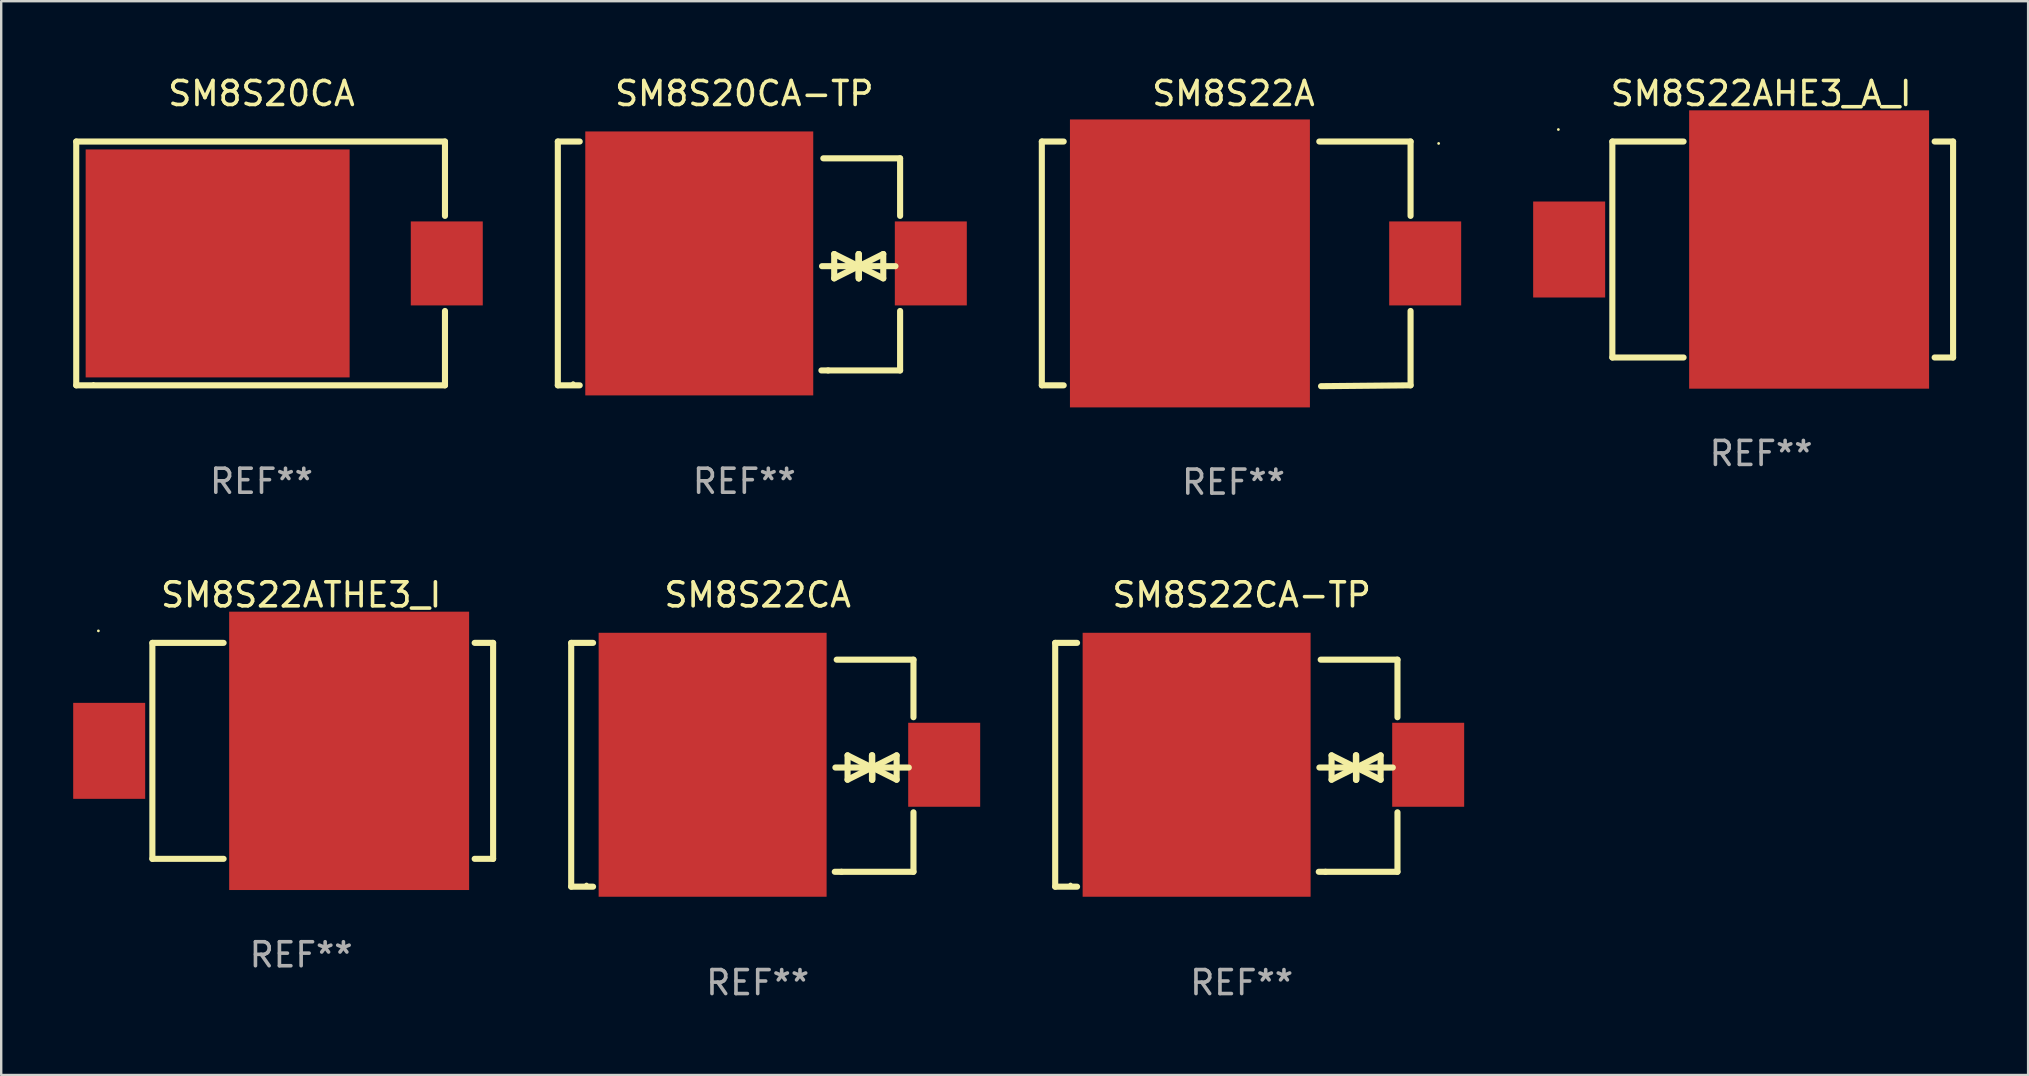
<source format=kicad_pcb>
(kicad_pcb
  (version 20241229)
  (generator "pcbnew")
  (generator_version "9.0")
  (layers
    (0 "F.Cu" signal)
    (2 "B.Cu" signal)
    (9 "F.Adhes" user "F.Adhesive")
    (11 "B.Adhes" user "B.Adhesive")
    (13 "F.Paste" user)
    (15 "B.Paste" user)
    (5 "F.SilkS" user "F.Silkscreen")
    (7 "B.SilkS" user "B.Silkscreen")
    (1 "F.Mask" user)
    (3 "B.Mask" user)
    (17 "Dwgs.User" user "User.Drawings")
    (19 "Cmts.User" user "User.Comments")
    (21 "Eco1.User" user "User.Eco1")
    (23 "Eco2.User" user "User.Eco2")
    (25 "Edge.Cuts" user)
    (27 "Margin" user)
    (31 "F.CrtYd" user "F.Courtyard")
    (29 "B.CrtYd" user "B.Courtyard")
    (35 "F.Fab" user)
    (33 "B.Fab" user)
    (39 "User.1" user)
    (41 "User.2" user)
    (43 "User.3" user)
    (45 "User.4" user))
  (footprint "SM8S22CA-TP"
    (layer "F.Cu")
    (at 48.696 28.821)
    (property "Reference" "SM8S22CA-TP" (at 0 -7.08 0) (layer "F.SilkS") (effects (font (size 1 1) (thickness 0.15))))
    (attr through_hole)
    (fp_line (start -7.772 -5.08) (end -6.86 -5.08) (stroke (width 0.254) (type solid)) (layer "F.SilkS"))
    (fp_line (start -7.772 5.08) (end -7.772 -5.08) (stroke (width 0.254) (type solid)) (layer "F.SilkS"))
    (fp_line (start -7.772 5.08) (end -6.86 5.08) (stroke (width 0.254) (type solid)) (layer "F.SilkS"))
    (fp_line (start 3.238 0.115) (end 5.27 0.115) (stroke (width 0.254) (type solid)) (layer "F.SilkS"))
    (fp_line (start 3.292 -4.38) (end 6.492 -4.38) (stroke (width 0.254) (type solid)) (layer "F.SilkS"))
    (fp_line (start 3.492 4.46) (end 3.212 4.46) (stroke (width 0.254) (type solid)) (layer "F.SilkS"))
    (fp_line (start 3.746 -0.393) (end 3.746 0.623) (stroke (width 0.254) (type solid)) (layer "F.SilkS"))
    (fp_line (start 3.746 0.623) (end 4.762 0.115) (stroke (width 0.254) (type solid)) (layer "F.SilkS"))
    (fp_line (start 4.762 -0.393) (end 4.762 0.623) (stroke (width 0.254) (type solid)) (layer "F.SilkS"))
    (fp_line (start 4.762 0.115) (end 3.746 -0.393) (stroke (width 0.254) (type solid)) (layer "F.SilkS"))
    (fp_line (start 4.762 0.115) (end 4.762 -0.393) (stroke (width 0.254) (type solid)) (layer "F.SilkS"))
    (fp_line (start 4.774 0.115) (end 4.774 0.623) (stroke (width 0.254) (type solid)) (layer "F.SilkS"))
    (fp_line (start 4.774 0.115) (end 5.79 0.623) (stroke (width 0.254) (type solid)) (layer "F.SilkS"))
    (fp_line (start 4.774 0.623) (end 4.774 -0.393) (stroke (width 0.254) (type solid)) (layer "F.SilkS"))
    (fp_line (start 5.79 -0.393) (end 4.774 0.115) (stroke (width 0.254) (type solid)) (layer "F.SilkS"))
    (fp_line (start 5.79 0.623) (end 5.79 -0.393) (stroke (width 0.254) (type solid)) (layer "F.SilkS"))
    (fp_line (start 6.298 0.115) (end 4.266 0.115) (stroke (width 0.254) (type solid)) (layer "F.SilkS"))
    (fp_line (start 6.492 -4.38) (end 6.492 -1.981) (stroke (width 0.254) (type solid)) (layer "F.SilkS"))
    (fp_line (start 6.492 1.981) (end 6.492 4.46) (stroke (width 0.254) (type solid)) (layer "F.SilkS"))
    (fp_line (start 6.492 4.46) (end 3.492 4.46) (stroke (width 0.254) (type solid)) (layer "F.SilkS"))
    (fp_circle (center -7.133 5) (end -7.104 5) (stroke (width 0.06) (type solid)) (fill no) (layer "F.SilkS"))
    (fp_text user "REF**" (at 0 9.08 0) (layer "F.Fab") (effects (font (size 1 1) (thickness 0.15))))
    (pad "1" smd rect (at -1.878 0 90) (size 11 9.5) (layers "F.Cu" "F.Mask" "F.Paste"))
    (pad "2" smd rect (at 7.772 0 90) (size 3.5 3) (layers "F.Cu" "F.Mask" "F.Paste")))
  (footprint "SM8S20CA"
    (layer "F.Cu")
    (at 7.848 7.928)
    (property "Reference" "SM8S20CA" (at 0 -7.08 0) (layer "F.SilkS") (effects (font (size 1 1) (thickness 0.15))))
    (attr through_hole)
    (fp_line (start -7.721 -5.08) (end 7.646 -5.08) (stroke (width 0.254) (type solid)) (layer "F.SilkS"))
    (fp_line (start -7.721 5.08) (end -7.721 -5.08) (stroke (width 0.254) (type solid)) (layer "F.SilkS"))
    (fp_line (start 7.646 -5.08) (end 7.646 -1.981) (stroke (width 0.254) (type solid)) (layer "F.SilkS"))
    (fp_line (start 7.646 1.981) (end 7.646 5.08) (stroke (width 0.254) (type solid)) (layer "F.SilkS"))
    (fp_line (start 7.646 5.08) (end -7.721 5.08) (stroke (width 0.254) (type solid)) (layer "F.SilkS"))
    (fp_circle (center -7.003 5) (end -6.973 5) (stroke (width 0.06) (type solid)) (fill no) (layer "F.SilkS"))
    (fp_text user "REF**" (at 0 9.08 0) (layer "F.Fab") (effects (font (size 1 1) (thickness 0.15))))
    (pad "1" smd rect (at -1.828 0) (size 11 9.5) (layers "F.Cu" "F.Mask" "F.Paste"))
    (pad "2" smd rect (at 7.721 0 90) (size 3.5 3) (layers "F.Cu" "F.Mask" "F.Paste")))
  (footprint "SM8S20CA-TP"
    (layer "F.Cu")
    (at 27.969 7.928)
    (property "Reference" "SM8S20CA-TP" (at 0 -7.08 0) (layer "F.SilkS") (effects (font (size 1 1) (thickness 0.15))))
    (attr through_hole)
    (fp_line (start -7.772 -5.08) (end -6.86 -5.08) (stroke (width 0.254) (type solid)) (layer "F.SilkS"))
    (fp_line (start -7.772 5.08) (end -7.772 -5.08) (stroke (width 0.254) (type solid)) (layer "F.SilkS"))
    (fp_line (start -7.772 5.08) (end -6.86 5.08) (stroke (width 0.254) (type solid)) (layer "F.SilkS"))
    (fp_line (start 3.238 0.115) (end 5.27 0.115) (stroke (width 0.254) (type solid)) (layer "F.SilkS"))
    (fp_line (start 3.292 -4.38) (end 6.492 -4.38) (stroke (width 0.254) (type solid)) (layer "F.SilkS"))
    (fp_line (start 3.492 4.46) (end 3.212 4.46) (stroke (width 0.254) (type solid)) (layer "F.SilkS"))
    (fp_line (start 3.746 -0.393) (end 3.746 0.623) (stroke (width 0.254) (type solid)) (layer "F.SilkS"))
    (fp_line (start 3.746 0.623) (end 4.762 0.115) (stroke (width 0.254) (type solid)) (layer "F.SilkS"))
    (fp_line (start 4.762 -0.393) (end 4.762 0.623) (stroke (width 0.254) (type solid)) (layer "F.SilkS"))
    (fp_line (start 4.762 0.115) (end 3.746 -0.393) (stroke (width 0.254) (type solid)) (layer "F.SilkS"))
    (fp_line (start 4.762 0.115) (end 4.762 -0.393) (stroke (width 0.254) (type solid)) (layer "F.SilkS"))
    (fp_line (start 4.774 0.115) (end 4.774 0.623) (stroke (width 0.254) (type solid)) (layer "F.SilkS"))
    (fp_line (start 4.774 0.115) (end 5.79 0.623) (stroke (width 0.254) (type solid)) (layer "F.SilkS"))
    (fp_line (start 4.774 0.623) (end 4.774 -0.393) (stroke (width 0.254) (type solid)) (layer "F.SilkS"))
    (fp_line (start 5.79 -0.393) (end 4.774 0.115) (stroke (width 0.254) (type solid)) (layer "F.SilkS"))
    (fp_line (start 5.79 0.623) (end 5.79 -0.393) (stroke (width 0.254) (type solid)) (layer "F.SilkS"))
    (fp_line (start 6.298 0.115) (end 4.266 0.115) (stroke (width 0.254) (type solid)) (layer "F.SilkS"))
    (fp_line (start 6.492 -4.38) (end 6.492 -1.981) (stroke (width 0.254) (type solid)) (layer "F.SilkS"))
    (fp_line (start 6.492 1.981) (end 6.492 4.46) (stroke (width 0.254) (type solid)) (layer "F.SilkS"))
    (fp_line (start 6.492 4.46) (end 3.492 4.46) (stroke (width 0.254) (type solid)) (layer "F.SilkS"))
    (fp_circle (center -7.133 5) (end -7.104 5) (stroke (width 0.06) (type solid)) (fill no) (layer "F.SilkS"))
    (fp_text user "REF**" (at 0 9.08 0) (layer "F.Fab") (effects (font (size 1 1) (thickness 0.15))))
    (pad "1" smd rect (at -1.878 0 90) (size 11 9.5) (layers "F.Cu" "F.Mask" "F.Paste"))
    (pad "2" smd rect (at 7.772 0 90) (size 3.5 3) (layers "F.Cu" "F.Mask" "F.Paste")))
  (footprint "SM8S22ATHE3_I"
    (layer "F.Cu")
    (at 9.5 28.241)
    (property "Reference" "SM8S22ATHE3_I" (at 0 -6.5 0) (layer "F.SilkS") (effects (font (size 1 1) (thickness 0.15))))
    (attr through_hole)
    (fp_line (start -6.2 -4.5) (end -6.2 4.5) (stroke (width 0.254) (type solid)) (layer "F.SilkS"))
    (fp_line (start -6.2 -4.5) (end -3.231 -4.5) (stroke (width 0.254) (type solid)) (layer "F.SilkS"))
    (fp_line (start -6.2 4.5) (end -3.231 4.5) (stroke (width 0.254) (type solid)) (layer "F.SilkS"))
    (fp_line (start 7.231 -4.5) (end 8 -4.5) (stroke (width 0.254) (type solid)) (layer "F.SilkS"))
    (fp_line (start 7.231 4.5) (end 8 4.5) (stroke (width 0.254) (type solid)) (layer "F.SilkS"))
    (fp_line (start 8 -4.5) (end 8 4.5) (stroke (width 0.254) (type solid)) (layer "F.SilkS"))
    (fp_circle (center -8.45 -5) (end -8.42 -5) (stroke (width 0.06) (type solid)) (fill no) (layer "F.SilkS"))
    (fp_text user "REF**" (at 0 8.5 0) (layer "F.Fab") (effects (font (size 1 1) (thickness 0.15))))
    (pad "1" smd rect (at -8 -0.000076 180) (size 3 4) (layers "F.Cu" "F.Mask" "F.Paste"))
    (pad "2" smd rect (at 2 -0.000076 180) (size 10 11.6) (layers "F.Cu" "F.Mask" "F.Paste")))
  (footprint "SM8S22A"
    (layer "F.Cu")
    (at 48.355 7.946)
    (property "Reference" "SM8S22A" (at 0 -7.098 0) (layer "F.SilkS") (effects (font (size 1 1) (thickness 0.15))))
    (attr through_hole)
    (fp_line (start -7.988 -5.098) (end -7.076 -5.098) (stroke (width 0.254) (type solid)) (layer "F.SilkS"))
    (fp_line (start -7.988 5.062) (end -7.988 -5.098) (stroke (width 0.254) (type solid)) (layer "F.SilkS"))
    (fp_line (start -7.076 5.062) (end -7.988 5.062) (stroke (width 0.254) (type solid)) (layer "F.SilkS"))
    (fp_line (start 3.575 -5.098) (end 7.379 -5.098) (stroke (width 0.254) (type solid)) (layer "F.SilkS"))
    (fp_line (start 7.379 -5.098) (end 7.379 -1.999) (stroke (width 0.254) (type solid)) (layer "F.SilkS"))
    (fp_line (start 7.379 1.963) (end 7.379 5.062) (stroke (width 0.254) (type solid)) (layer "F.SilkS"))
    (fp_line (start 7.379 5.062) (end 3.648 5.098) (stroke (width 0.254) (type solid)) (layer "F.SilkS"))
    (fp_circle (center 8.549 -5.018) (end 8.579 -5.018) (stroke (width 0.06) (type solid)) (fill no) (layer "F.SilkS"))
    (fp_text user "REF**" (at 0 9.098 0) (layer "F.Fab") (effects (font (size 1 1) (thickness 0.15))))
    (pad "1" smd rect (at 7.988 -0.018 90) (size 3.5 3) (layers "F.Cu" "F.Mask" "F.Paste"))
    (pad "2" smd rect (at -1.816 -0.018 90) (size 12 10) (layers "F.Cu" "F.Mask" "F.Paste")))
  (footprint "SM8S22CA"
    (layer "F.Cu")
    (at 28.526 28.821)
    (property "Reference" "SM8S22CA" (at 0 -7.08 0) (layer "F.SilkS") (effects (font (size 1 1) (thickness 0.15))))
    (attr through_hole)
    (fp_line (start -7.772 -5.08) (end -6.86 -5.08) (stroke (width 0.254) (type solid)) (layer "F.SilkS"))
    (fp_line (start -7.772 5.08) (end -7.772 -5.08) (stroke (width 0.254) (type solid)) (layer "F.SilkS"))
    (fp_line (start -7.772 5.08) (end -6.86 5.08) (stroke (width 0.254) (type solid)) (layer "F.SilkS"))
    (fp_line (start 3.238 0.115) (end 5.27 0.115) (stroke (width 0.254) (type solid)) (layer "F.SilkS"))
    (fp_line (start 3.292 -4.38) (end 6.492 -4.38) (stroke (width 0.254) (type solid)) (layer "F.SilkS"))
    (fp_line (start 3.492 4.46) (end 3.212 4.46) (stroke (width 0.254) (type solid)) (layer "F.SilkS"))
    (fp_line (start 3.746 -0.393) (end 3.746 0.623) (stroke (width 0.254) (type solid)) (layer "F.SilkS"))
    (fp_line (start 3.746 0.623) (end 4.762 0.115) (stroke (width 0.254) (type solid)) (layer "F.SilkS"))
    (fp_line (start 4.762 -0.393) (end 4.762 0.623) (stroke (width 0.254) (type solid)) (layer "F.SilkS"))
    (fp_line (start 4.762 0.115) (end 3.746 -0.393) (stroke (width 0.254) (type solid)) (layer "F.SilkS"))
    (fp_line (start 4.762 0.115) (end 4.762 -0.393) (stroke (width 0.254) (type solid)) (layer "F.SilkS"))
    (fp_line (start 4.774 0.115) (end 4.774 0.623) (stroke (width 0.254) (type solid)) (layer "F.SilkS"))
    (fp_line (start 4.774 0.115) (end 5.79 0.623) (stroke (width 0.254) (type solid)) (layer "F.SilkS"))
    (fp_line (start 4.774 0.623) (end 4.774 -0.393) (stroke (width 0.254) (type solid)) (layer "F.SilkS"))
    (fp_line (start 5.79 -0.393) (end 4.774 0.115) (stroke (width 0.254) (type solid)) (layer "F.SilkS"))
    (fp_line (start 5.79 0.623) (end 5.79 -0.393) (stroke (width 0.254) (type solid)) (layer "F.SilkS"))
    (fp_line (start 6.298 0.115) (end 4.266 0.115) (stroke (width 0.254) (type solid)) (layer "F.SilkS"))
    (fp_line (start 6.492 -4.38) (end 6.492 -1.981) (stroke (width 0.254) (type solid)) (layer "F.SilkS"))
    (fp_line (start 6.492 1.981) (end 6.492 4.46) (stroke (width 0.254) (type solid)) (layer "F.SilkS"))
    (fp_line (start 6.492 4.46) (end 3.492 4.46) (stroke (width 0.254) (type solid)) (layer "F.SilkS"))
    (fp_circle (center -7.133 5) (end -7.104 5) (stroke (width 0.06) (type solid)) (fill no) (layer "F.SilkS"))
    (fp_text user "REF**" (at 0 9.08 0) (layer "F.Fab") (effects (font (size 1 1) (thickness 0.15))))
    (pad "1" smd rect (at -1.878 0 90) (size 11 9.5) (layers "F.Cu" "F.Mask" "F.Paste"))
    (pad "2" smd rect (at 7.772 0 90) (size 3.5 3) (layers "F.Cu" "F.Mask" "F.Paste")))
  (footprint "SM8S22AHE3_A_I"
    (layer "F.Cu")
    (at 70.343 7.348)
    (property "Reference" "SM8S22AHE3_A_I" (at 0 -6.5 0) (layer "F.SilkS") (effects (font (size 1 1) (thickness 0.15))))
    (attr through_hole)
    (fp_line (start -6.2 -4.5) (end -6.2 4.5) (stroke (width 0.254) (type solid)) (layer "F.SilkS"))
    (fp_line (start -6.2 -4.5) (end -3.231 -4.5) (stroke (width 0.254) (type solid)) (layer "F.SilkS"))
    (fp_line (start -6.2 4.5) (end -3.231 4.5) (stroke (width 0.254) (type solid)) (layer "F.SilkS"))
    (fp_line (start 7.231 -4.5) (end 8 -4.5) (stroke (width 0.254) (type solid)) (layer "F.SilkS"))
    (fp_line (start 7.231 4.5) (end 8 4.5) (stroke (width 0.254) (type solid)) (layer "F.SilkS"))
    (fp_line (start 8 -4.5) (end 8 4.5) (stroke (width 0.254) (type solid)) (layer "F.SilkS"))
    (fp_circle (center -8.45 -5) (end -8.42 -5) (stroke (width 0.06) (type solid)) (fill no) (layer "F.SilkS"))
    (fp_text user "REF**" (at 0 8.5 0) (layer "F.Fab") (effects (font (size 1 1) (thickness 0.15))))
    (pad "1" smd rect (at -8 -0.000076 180) (size 3 4) (layers "F.Cu" "F.Mask" "F.Paste"))
    (pad "2" smd rect (at 2 -0.000076 180) (size 10 11.6) (layers "F.Cu" "F.Mask" "F.Paste")))
  (gr_rect
    (start -3 -3)
    (end 81.47 41.749)
    (stroke (width 0.1) (type default))
    (fill no)
    (layer "Edge.Cuts")))
</source>
